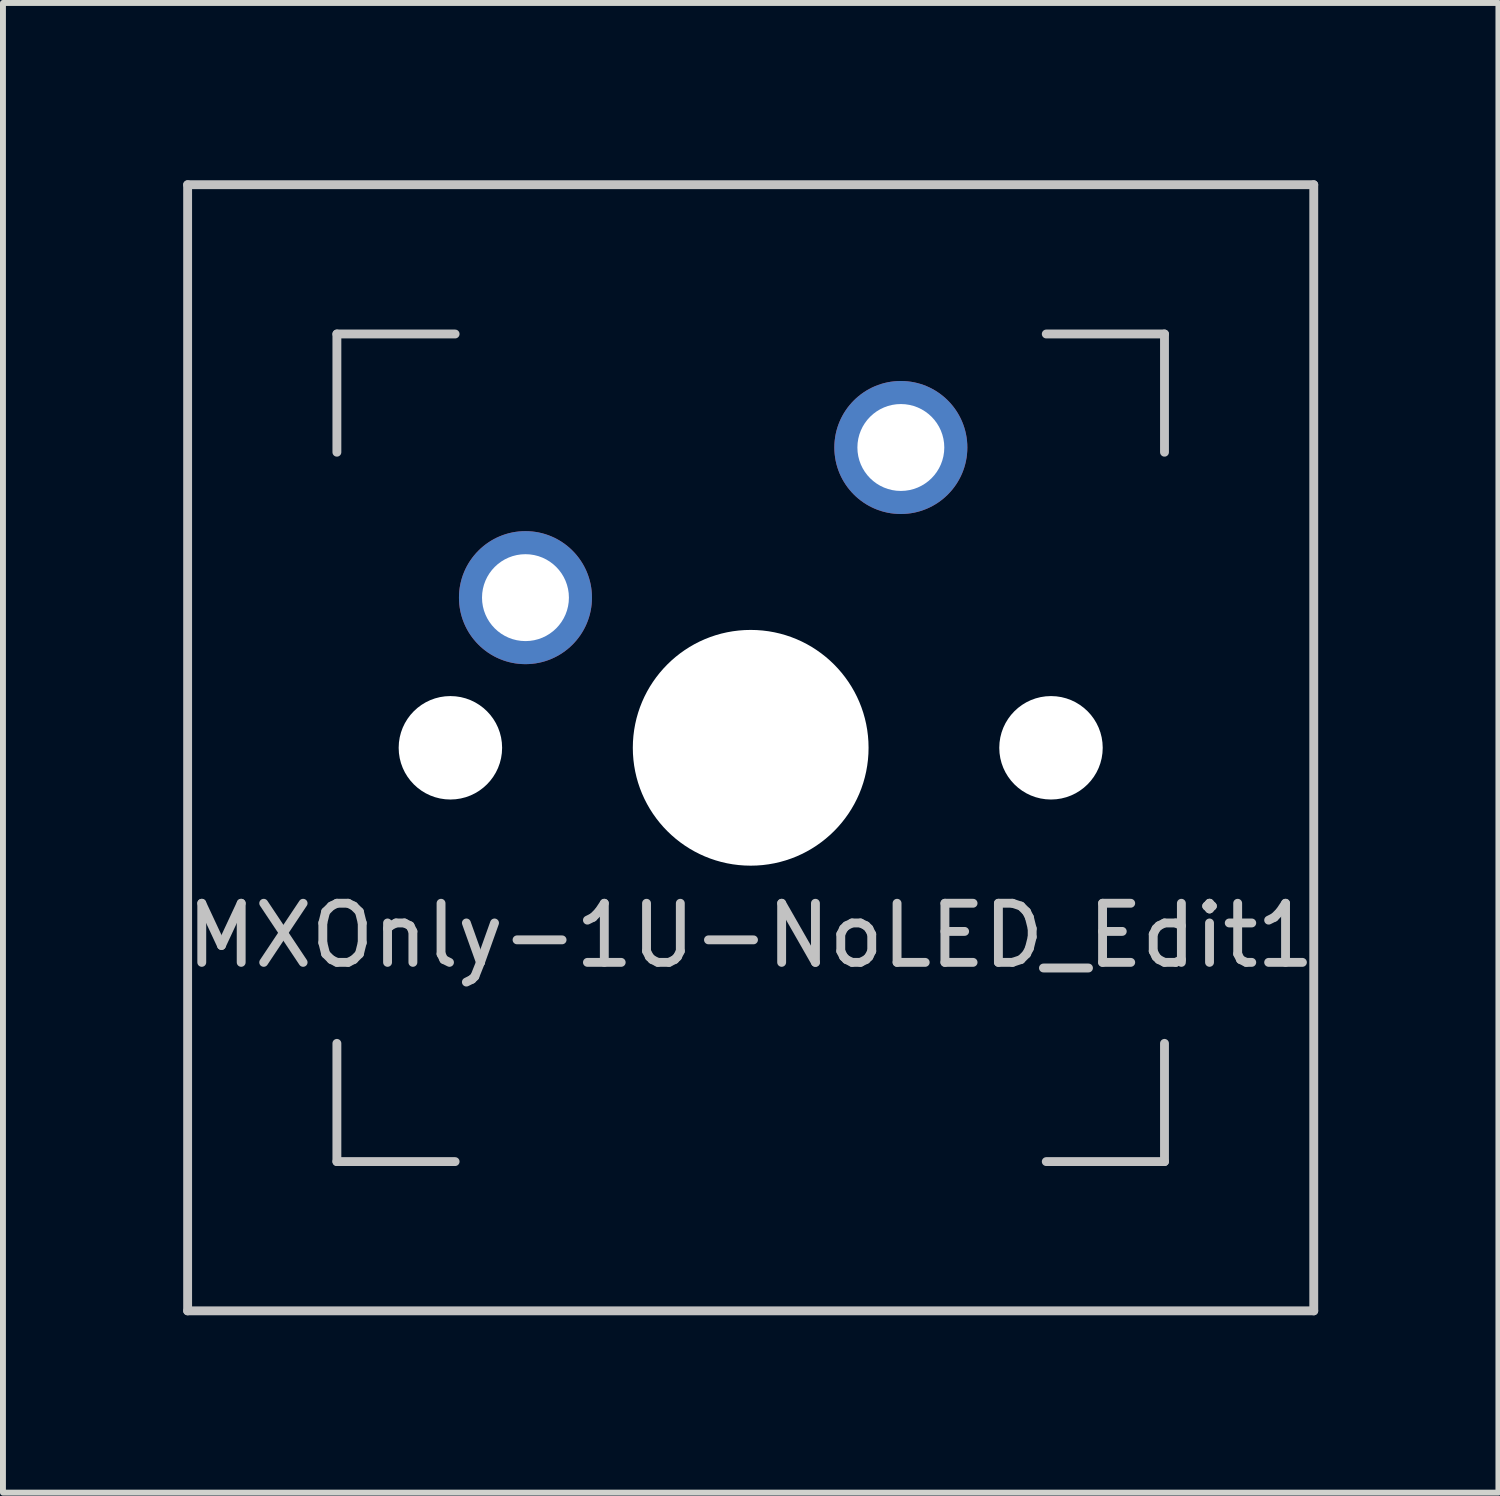
<source format=kicad_pcb>
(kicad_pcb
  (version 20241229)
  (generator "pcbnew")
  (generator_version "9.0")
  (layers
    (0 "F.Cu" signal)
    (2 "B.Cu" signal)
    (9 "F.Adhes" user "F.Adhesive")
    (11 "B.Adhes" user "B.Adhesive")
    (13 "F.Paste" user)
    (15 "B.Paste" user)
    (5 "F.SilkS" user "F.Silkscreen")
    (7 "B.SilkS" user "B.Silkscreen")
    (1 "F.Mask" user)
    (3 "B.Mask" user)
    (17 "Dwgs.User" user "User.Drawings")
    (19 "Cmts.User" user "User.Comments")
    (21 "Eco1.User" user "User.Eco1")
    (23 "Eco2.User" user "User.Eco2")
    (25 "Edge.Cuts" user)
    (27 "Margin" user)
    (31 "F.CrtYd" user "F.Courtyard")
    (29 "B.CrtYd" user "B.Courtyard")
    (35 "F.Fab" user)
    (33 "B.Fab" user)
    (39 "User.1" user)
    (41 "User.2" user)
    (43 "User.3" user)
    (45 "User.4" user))
  (footprint "MXOnly-1U-NoLED_Edit1"
    (layer "F.Cu")
    (at 9.649 9.6)
    (property "Reference" "MXOnly-1U-NoLED_Edit1" (at 0 3.175 0) (layer "Dwgs.User") (effects (font (size 1 1) (thickness 0.15))))
    (attr through_hole)
    (fp_line (start -9.525 -9.525) (end 9.525 -9.525) (stroke (width 0.15) (type solid)) (layer "Dwgs.User"))
    (fp_line (start -9.525 9.525) (end -9.525 -9.525) (stroke (width 0.15) (type solid)) (layer "Dwgs.User"))
    (fp_line (start -7 -7) (end -7 -5) (stroke (width 0.15) (type solid)) (layer "Dwgs.User"))
    (fp_line (start -7 5) (end -7 7) (stroke (width 0.15) (type solid)) (layer "Dwgs.User"))
    (fp_line (start -7 7) (end -5 7) (stroke (width 0.15) (type solid)) (layer "Dwgs.User"))
    (fp_line (start -5 -7) (end -7 -7) (stroke (width 0.15) (type solid)) (layer "Dwgs.User"))
    (fp_line (start 5 -7) (end 7 -7) (stroke (width 0.15) (type solid)) (layer "Dwgs.User"))
    (fp_line (start 5 7) (end 7 7) (stroke (width 0.15) (type solid)) (layer "Dwgs.User"))
    (fp_line (start 7 -7) (end 7 -5) (stroke (width 0.15) (type solid)) (layer "Dwgs.User"))
    (fp_line (start 7 7) (end 7 5) (stroke (width 0.15) (type solid)) (layer "Dwgs.User"))
    (fp_line (start 9.525 -9.525) (end 9.525 9.525) (stroke (width 0.15) (type solid)) (layer "Dwgs.User"))
    (fp_line (start 9.525 9.525) (end -9.525 9.525) (stroke (width 0.15) (type solid)) (layer "Dwgs.User"))
    (pad "" np_thru_hole circle (at -5.08 0 48.1) (size 1.75 1.75) (drill 1.75) (layers "*.Cu" "*.Mask"))
    (pad "" np_thru_hole circle (at 0 0) (size 3.988 3.988) (drill 3.988) (layers "*.Cu" "*.Mask"))
    (pad "" np_thru_hole circle (at 5.08 0 48.1) (size 1.75 1.75) (drill 1.75) (layers "*.Cu" "*.Mask"))
    (pad "1" thru_hole circle (at -3.81 -2.54) (size 2.25 2.25) (drill 1.47) (layers "*.Cu" "B.Mask"))
    (pad "2" thru_hole circle (at 2.54 -5.08) (size 2.25 2.25) (drill 1.47) (layers "*.Cu" "B.Mask")))
  (gr_rect
    (start -3 -3)
    (end 22.298 22.2)
    (stroke (width 0.1) (type default))
    (fill no)
    (layer "Edge.Cuts")))
</source>
